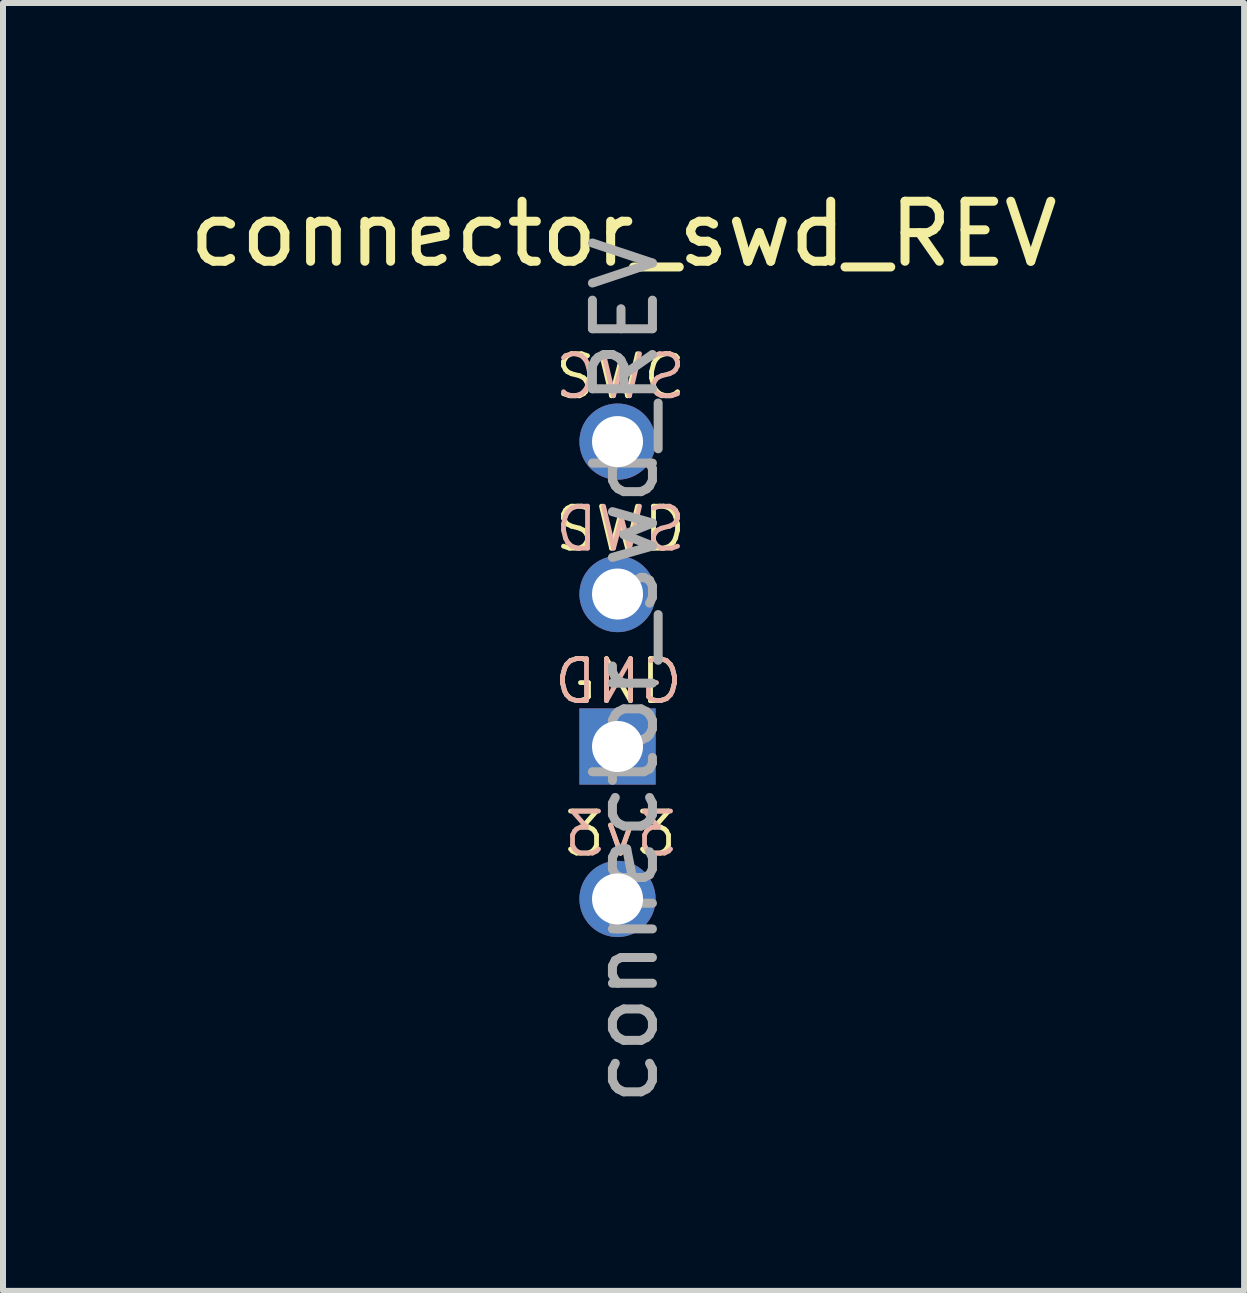
<source format=kicad_pcb>
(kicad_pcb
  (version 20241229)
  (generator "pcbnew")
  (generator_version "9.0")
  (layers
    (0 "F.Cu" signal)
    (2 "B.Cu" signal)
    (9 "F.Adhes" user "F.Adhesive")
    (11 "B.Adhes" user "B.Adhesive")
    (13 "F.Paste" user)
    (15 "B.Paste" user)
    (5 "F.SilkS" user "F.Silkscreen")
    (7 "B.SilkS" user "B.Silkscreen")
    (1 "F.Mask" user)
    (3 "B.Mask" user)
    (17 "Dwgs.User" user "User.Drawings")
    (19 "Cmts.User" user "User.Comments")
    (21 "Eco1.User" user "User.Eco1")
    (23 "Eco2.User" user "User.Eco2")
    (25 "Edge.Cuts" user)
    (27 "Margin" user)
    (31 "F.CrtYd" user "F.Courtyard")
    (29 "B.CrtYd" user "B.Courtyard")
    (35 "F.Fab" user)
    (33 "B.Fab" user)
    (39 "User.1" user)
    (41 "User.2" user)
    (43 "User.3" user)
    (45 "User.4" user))
  (footprint "connector_swd_REV"
    (layer "F.Cu")
    (at 7.339 3.178)
    (property "Reference" "connector_swd_REV" (at 0 -2.33 180) (layer "F.SilkS") (effects (font (size 1 1) (thickness 0.15))))
    (attr through_hole)
    (fp_text user "GND" (at -0.084 5.126 0) (unlocked yes) (layer "F.SilkS") (effects (font (size 0.7 0.7) (thickness 0.08))))
    (fp_text user "SWC" (at -0.05 0.046 0) (unlocked yes) (layer "F.SilkS") (effects (font (size 0.7 0.7) (thickness 0.08))))
    (fp_text user "SWD" (at -0.05 2.586 0) (unlocked yes) (layer "F.SilkS") (effects (font (size 0.7 0.7) (thickness 0.08))))
    (fp_text user "3v3" (at -0.05 7.666 0) (unlocked yes) (layer "F.SilkS") (effects (font (size 0.7 0.7) (thickness 0.08))))
    (fp_text user "SWD" (at -0.05 2.586 0) (unlocked yes) (layer "B.SilkS") (effects (font (size 0.7 0.7) (thickness 0.08)) (justify mirror)))
    (fp_text user "3v3" (at -0.05 7.666 0) (unlocked yes) (layer "B.SilkS") (effects (font (size 0.7 0.7) (thickness 0.08)) (justify mirror)))
    (fp_text user "SWC" (at -0.05 0.046 0) (unlocked yes) (layer "B.SilkS") (effects (font (size 0.7 0.7) (thickness 0.08)) (justify mirror)))
    (fp_text user "GND" (at -0.084 5.126 0) (unlocked yes) (layer "B.SilkS") (effects (font (size 0.7 0.7) (thickness 0.08)) (justify mirror)))
    (fp_text user "${REFERENCE}" (at 0.027 4.94 90) (layer "F.Fab") (effects (font (size 1 1) (thickness 0.15))))
    (pad "1" thru_hole oval (at -0.1 8.75 180) (size 1.27 1.27) (drill 0.85) (layers "*.Cu" "*.Mask"))
    (pad "2" thru_hole rect (at -0.1 6.21 180) (size 1.27 1.27) (drill 0.85) (layers "*.Cu" "*.Mask"))
    (pad "3" thru_hole oval (at -0.1 3.67 180) (size 1.27 1.27) (drill 0.85) (layers "*.Cu" "*.Mask"))
    (pad "4" thru_hole oval (at -0.1 1.13 180) (size 1.27 1.27) (drill 0.85) (layers "*.Cu" "*.Mask")))
  (gr_rect
    (start -3 -3)
    (end 17.679 18.458)
    (stroke (width 0.1) (type default))
    (fill no)
    (layer "Edge.Cuts")))
</source>
